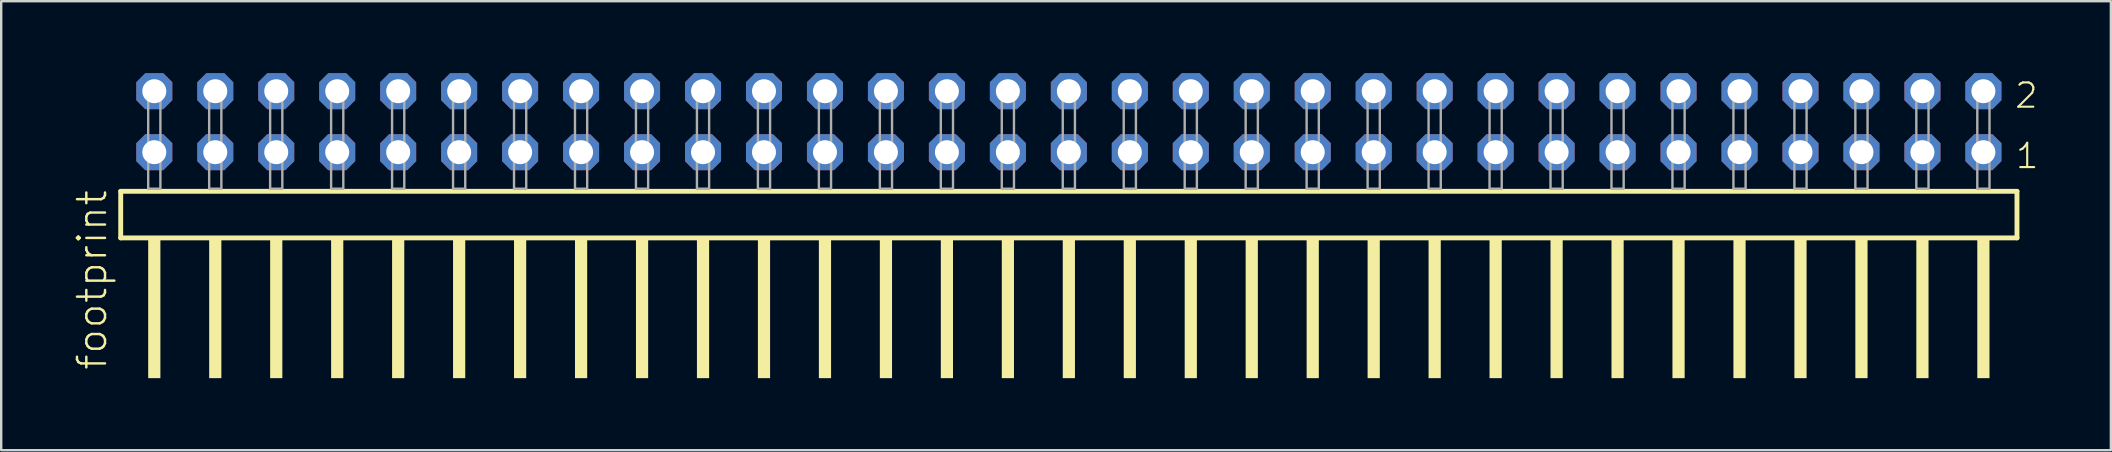
<source format=kicad_pcb>
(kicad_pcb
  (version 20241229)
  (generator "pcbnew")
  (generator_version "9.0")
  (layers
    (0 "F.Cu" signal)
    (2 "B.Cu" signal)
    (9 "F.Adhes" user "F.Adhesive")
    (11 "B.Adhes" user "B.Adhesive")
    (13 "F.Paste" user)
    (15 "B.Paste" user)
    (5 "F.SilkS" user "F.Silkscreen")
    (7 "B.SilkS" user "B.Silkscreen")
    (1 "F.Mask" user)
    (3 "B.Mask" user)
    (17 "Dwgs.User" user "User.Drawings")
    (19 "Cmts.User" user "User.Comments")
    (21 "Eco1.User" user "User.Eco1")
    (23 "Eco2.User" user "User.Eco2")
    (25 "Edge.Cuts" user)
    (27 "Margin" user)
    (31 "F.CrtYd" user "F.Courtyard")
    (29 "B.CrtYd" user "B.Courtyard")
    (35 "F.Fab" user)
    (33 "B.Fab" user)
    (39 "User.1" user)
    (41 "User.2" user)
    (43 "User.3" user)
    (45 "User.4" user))
  (footprint "footprint"
    (layer "F.Cu")
    (at 41.478 4.814)
    (property "Reference" "footprint" (at -40.005 7.62 90) (layer "F.SilkS") (effects (font (size 1.168 1.168) (thickness 0.102)) (justify left bottom)))
    (fp_line (start -39.499 0.106) (end -39.499 2.046) (stroke (width 0.203) (type solid)) (layer "F.SilkS"))
    (fp_line (start -39.499 2.046) (end 39.499 2.046) (stroke (width 0.203) (type solid)) (layer "F.SilkS"))
    (fp_line (start 39.499 0.106) (end -39.499 0.106) (stroke (width 0.203) (type solid)) (layer "F.SilkS"))
    (fp_line (start 39.499 2.046) (end 39.499 0.106) (stroke (width 0.203) (type solid)) (layer "F.SilkS"))
    (fp_poly (pts (xy -38.354 7.89) (xy -37.846 7.89) (xy -37.846 2.04) (xy -38.354 2.04)) (stroke (width 0) (type solid)) (fill yes) (layer "F.SilkS"))
    (fp_poly (pts (xy -35.814 7.89) (xy -35.306 7.89) (xy -35.306 2.04) (xy -35.814 2.04)) (stroke (width 0) (type solid)) (fill yes) (layer "F.SilkS"))
    (fp_poly (pts (xy -33.274 7.89) (xy -32.766 7.89) (xy -32.766 2.04) (xy -33.274 2.04)) (stroke (width 0) (type solid)) (fill yes) (layer "F.SilkS"))
    (fp_poly (pts (xy -30.734 7.89) (xy -30.226 7.89) (xy -30.226 2.04) (xy -30.734 2.04)) (stroke (width 0) (type solid)) (fill yes) (layer "F.SilkS"))
    (fp_poly (pts (xy -28.194 7.89) (xy -27.686 7.89) (xy -27.686 2.04) (xy -28.194 2.04)) (stroke (width 0) (type solid)) (fill yes) (layer "F.SilkS"))
    (fp_poly (pts (xy -25.654 7.89) (xy -25.146 7.89) (xy -25.146 2.04) (xy -25.654 2.04)) (stroke (width 0) (type solid)) (fill yes) (layer "F.SilkS"))
    (fp_poly (pts (xy -23.114 7.89) (xy -22.606 7.89) (xy -22.606 2.04) (xy -23.114 2.04)) (stroke (width 0) (type solid)) (fill yes) (layer "F.SilkS"))
    (fp_poly (pts (xy -20.574 7.89) (xy -20.066 7.89) (xy -20.066 2.04) (xy -20.574 2.04)) (stroke (width 0) (type solid)) (fill yes) (layer "F.SilkS"))
    (fp_poly (pts (xy -18.034 7.89) (xy -17.526 7.89) (xy -17.526 2.04) (xy -18.034 2.04)) (stroke (width 0) (type solid)) (fill yes) (layer "F.SilkS"))
    (fp_poly (pts (xy -15.494 7.89) (xy -14.986 7.89) (xy -14.986 2.04) (xy -15.494 2.04)) (stroke (width 0) (type solid)) (fill yes) (layer "F.SilkS"))
    (fp_poly (pts (xy -12.954 7.89) (xy -12.446 7.89) (xy -12.446 2.04) (xy -12.954 2.04)) (stroke (width 0) (type solid)) (fill yes) (layer "F.SilkS"))
    (fp_poly (pts (xy -10.414 7.89) (xy -9.906 7.89) (xy -9.906 2.04) (xy -10.414 2.04)) (stroke (width 0) (type solid)) (fill yes) (layer "F.SilkS"))
    (fp_poly (pts (xy -7.874 7.89) (xy -7.366 7.89) (xy -7.366 2.04) (xy -7.874 2.04)) (stroke (width 0) (type solid)) (fill yes) (layer "F.SilkS"))
    (fp_poly (pts (xy -5.334 7.89) (xy -4.826 7.89) (xy -4.826 2.04) (xy -5.334 2.04)) (stroke (width 0) (type solid)) (fill yes) (layer "F.SilkS"))
    (fp_poly (pts (xy -2.794 7.89) (xy -2.286 7.89) (xy -2.286 2.04) (xy -2.794 2.04)) (stroke (width 0) (type solid)) (fill yes) (layer "F.SilkS"))
    (fp_poly (pts (xy -0.254 7.89) (xy 0.254 7.89) (xy 0.254 2.04) (xy -0.254 2.04)) (stroke (width 0) (type solid)) (fill yes) (layer "F.SilkS"))
    (fp_poly (pts (xy 2.286 7.89) (xy 2.794 7.89) (xy 2.794 2.04) (xy 2.286 2.04)) (stroke (width 0) (type solid)) (fill yes) (layer "F.SilkS"))
    (fp_poly (pts (xy 4.826 7.89) (xy 5.334 7.89) (xy 5.334 2.04) (xy 4.826 2.04)) (stroke (width 0) (type solid)) (fill yes) (layer "F.SilkS"))
    (fp_poly (pts (xy 7.366 7.89) (xy 7.874 7.89) (xy 7.874 2.04) (xy 7.366 2.04)) (stroke (width 0) (type solid)) (fill yes) (layer "F.SilkS"))
    (fp_poly (pts (xy 9.906 7.89) (xy 10.414 7.89) (xy 10.414 2.04) (xy 9.906 2.04)) (stroke (width 0) (type solid)) (fill yes) (layer "F.SilkS"))
    (fp_poly (pts (xy 12.446 7.89) (xy 12.954 7.89) (xy 12.954 2.04) (xy 12.446 2.04)) (stroke (width 0) (type solid)) (fill yes) (layer "F.SilkS"))
    (fp_poly (pts (xy 14.986 7.89) (xy 15.494 7.89) (xy 15.494 2.04) (xy 14.986 2.04)) (stroke (width 0) (type solid)) (fill yes) (layer "F.SilkS"))
    (fp_poly (pts (xy 17.526 7.89) (xy 18.034 7.89) (xy 18.034 2.04) (xy 17.526 2.04)) (stroke (width 0) (type solid)) (fill yes) (layer "F.SilkS"))
    (fp_poly (pts (xy 20.066 7.89) (xy 20.574 7.89) (xy 20.574 2.04) (xy 20.066 2.04)) (stroke (width 0) (type solid)) (fill yes) (layer "F.SilkS"))
    (fp_poly (pts (xy 22.606 7.89) (xy 23.114 7.89) (xy 23.114 2.04) (xy 22.606 2.04)) (stroke (width 0) (type solid)) (fill yes) (layer "F.SilkS"))
    (fp_poly (pts (xy 25.146 7.89) (xy 25.654 7.89) (xy 25.654 2.04) (xy 25.146 2.04)) (stroke (width 0) (type solid)) (fill yes) (layer "F.SilkS"))
    (fp_poly (pts (xy 27.686 7.89) (xy 28.194 7.89) (xy 28.194 2.04) (xy 27.686 2.04)) (stroke (width 0) (type solid)) (fill yes) (layer "F.SilkS"))
    (fp_poly (pts (xy 30.226 7.89) (xy 30.734 7.89) (xy 30.734 2.04) (xy 30.226 2.04)) (stroke (width 0) (type solid)) (fill yes) (layer "F.SilkS"))
    (fp_poly (pts (xy 32.766 7.89) (xy 33.274 7.89) (xy 33.274 2.04) (xy 32.766 2.04)) (stroke (width 0) (type solid)) (fill yes) (layer "F.SilkS"))
    (fp_poly (pts (xy 35.306 7.89) (xy 35.814 7.89) (xy 35.814 2.04) (xy 35.306 2.04)) (stroke (width 0) (type solid)) (fill yes) (layer "F.SilkS"))
    (fp_poly (pts (xy 37.846 7.89) (xy 38.354 7.89) (xy 38.354 2.04) (xy 37.846 2.04)) (stroke (width 0) (type solid)) (fill yes) (layer "F.SilkS"))
    (fp_poly (pts (xy -38.354 0) (xy -37.846 0) (xy -37.846 -4.318) (xy -38.354 -4.318)) (stroke (width 0.1) (type solid)) (fill no) (layer "F.Fab"))
    (fp_poly (pts (xy -35.814 0) (xy -35.306 0) (xy -35.306 -4.318) (xy -35.814 -4.318)) (stroke (width 0.1) (type solid)) (fill no) (layer "F.Fab"))
    (fp_poly (pts (xy -33.274 0) (xy -32.766 0) (xy -32.766 -4.318) (xy -33.274 -4.318)) (stroke (width 0.1) (type solid)) (fill no) (layer "F.Fab"))
    (fp_poly (pts (xy -30.734 0) (xy -30.226 0) (xy -30.226 -4.318) (xy -30.734 -4.318)) (stroke (width 0.1) (type solid)) (fill no) (layer "F.Fab"))
    (fp_poly (pts (xy -28.194 0) (xy -27.686 0) (xy -27.686 -4.318) (xy -28.194 -4.318)) (stroke (width 0.1) (type solid)) (fill no) (layer "F.Fab"))
    (fp_poly (pts (xy -25.654 0) (xy -25.146 0) (xy -25.146 -4.318) (xy -25.654 -4.318)) (stroke (width 0.1) (type solid)) (fill no) (layer "F.Fab"))
    (fp_poly (pts (xy -23.114 0) (xy -22.606 0) (xy -22.606 -4.318) (xy -23.114 -4.318)) (stroke (width 0.1) (type solid)) (fill no) (layer "F.Fab"))
    (fp_poly (pts (xy -20.574 0) (xy -20.066 0) (xy -20.066 -4.318) (xy -20.574 -4.318)) (stroke (width 0.1) (type solid)) (fill no) (layer "F.Fab"))
    (fp_poly (pts (xy -18.034 0) (xy -17.526 0) (xy -17.526 -4.318) (xy -18.034 -4.318)) (stroke (width 0.1) (type solid)) (fill no) (layer "F.Fab"))
    (fp_poly (pts (xy -15.494 0) (xy -14.986 0) (xy -14.986 -4.318) (xy -15.494 -4.318)) (stroke (width 0.1) (type solid)) (fill no) (layer "F.Fab"))
    (fp_poly (pts (xy -12.954 0) (xy -12.446 0) (xy -12.446 -4.318) (xy -12.954 -4.318)) (stroke (width 0.1) (type solid)) (fill no) (layer "F.Fab"))
    (fp_poly (pts (xy -10.414 0) (xy -9.906 0) (xy -9.906 -4.318) (xy -10.414 -4.318)) (stroke (width 0.1) (type solid)) (fill no) (layer "F.Fab"))
    (fp_poly (pts (xy -7.874 0) (xy -7.366 0) (xy -7.366 -4.318) (xy -7.874 -4.318)) (stroke (width 0.1) (type solid)) (fill no) (layer "F.Fab"))
    (fp_poly (pts (xy -5.334 0) (xy -4.826 0) (xy -4.826 -4.318) (xy -5.334 -4.318)) (stroke (width 0.1) (type solid)) (fill no) (layer "F.Fab"))
    (fp_poly (pts (xy -2.794 0) (xy -2.286 0) (xy -2.286 -4.318) (xy -2.794 -4.318)) (stroke (width 0.1) (type solid)) (fill no) (layer "F.Fab"))
    (fp_poly (pts (xy -0.254 0) (xy 0.254 0) (xy 0.254 -4.318) (xy -0.254 -4.318)) (stroke (width 0.1) (type solid)) (fill no) (layer "F.Fab"))
    (fp_poly (pts (xy 2.286 0) (xy 2.794 0) (xy 2.794 -4.318) (xy 2.286 -4.318)) (stroke (width 0.1) (type solid)) (fill no) (layer "F.Fab"))
    (fp_poly (pts (xy 4.826 0) (xy 5.334 0) (xy 5.334 -4.318) (xy 4.826 -4.318)) (stroke (width 0.1) (type solid)) (fill no) (layer "F.Fab"))
    (fp_poly (pts (xy 7.366 0) (xy 7.874 0) (xy 7.874 -4.318) (xy 7.366 -4.318)) (stroke (width 0.1) (type solid)) (fill no) (layer "F.Fab"))
    (fp_poly (pts (xy 9.906 0) (xy 10.414 0) (xy 10.414 -4.318) (xy 9.906 -4.318)) (stroke (width 0.1) (type solid)) (fill no) (layer "F.Fab"))
    (fp_poly (pts (xy 12.446 0) (xy 12.954 0) (xy 12.954 -4.318) (xy 12.446 -4.318)) (stroke (width 0.1) (type solid)) (fill no) (layer "F.Fab"))
    (fp_poly (pts (xy 14.986 0) (xy 15.494 0) (xy 15.494 -4.318) (xy 14.986 -4.318)) (stroke (width 0.1) (type solid)) (fill no) (layer "F.Fab"))
    (fp_poly (pts (xy 17.526 0) (xy 18.034 0) (xy 18.034 -4.318) (xy 17.526 -4.318)) (stroke (width 0.1) (type solid)) (fill no) (layer "F.Fab"))
    (fp_poly (pts (xy 20.066 0) (xy 20.574 0) (xy 20.574 -4.318) (xy 20.066 -4.318)) (stroke (width 0.1) (type solid)) (fill no) (layer "F.Fab"))
    (fp_poly (pts (xy 22.606 0) (xy 23.114 0) (xy 23.114 -4.318) (xy 22.606 -4.318)) (stroke (width 0.1) (type solid)) (fill no) (layer "F.Fab"))
    (fp_poly (pts (xy 25.146 0) (xy 25.654 0) (xy 25.654 -4.318) (xy 25.146 -4.318)) (stroke (width 0.1) (type solid)) (fill no) (layer "F.Fab"))
    (fp_poly (pts (xy 27.686 0) (xy 28.194 0) (xy 28.194 -4.318) (xy 27.686 -4.318)) (stroke (width 0.1) (type solid)) (fill no) (layer "F.Fab"))
    (fp_poly (pts (xy 30.226 0) (xy 30.734 0) (xy 30.734 -4.318) (xy 30.226 -4.318)) (stroke (width 0.1) (type solid)) (fill no) (layer "F.Fab"))
    (fp_poly (pts (xy 32.766 0) (xy 33.274 0) (xy 33.274 -4.318) (xy 32.766 -4.318)) (stroke (width 0.1) (type solid)) (fill no) (layer "F.Fab"))
    (fp_poly (pts (xy 35.306 0) (xy 35.814 0) (xy 35.814 -4.318) (xy 35.306 -4.318)) (stroke (width 0.1) (type solid)) (fill no) (layer "F.Fab"))
    (fp_poly (pts (xy 37.846 0) (xy 38.354 0) (xy 38.354 -4.318) (xy 37.846 -4.318)) (stroke (width 0.1) (type solid)) (fill no) (layer "F.Fab"))
    (fp_text user "1" (at 39.385 -0.775 0) (layer "F.SilkS") (effects (font (size 1.012 1.012) (thickness 0.088)) (justify left bottom)))
    (fp_text user "2" (at 39.35 -3.29 0) (layer "F.SilkS") (effects (font (size 1.012 1.012) (thickness 0.088)) (justify left bottom)))
    (pad "1" thru_hole roundrect (at 38.1 -1.524 180) (size 1.5 1.5) (drill 1) (layers "*.Cu" "*.Mask") (roundrect_rratio 0.25) (chamfer_ratio 0.25) (chamfer top_left top_right bottom_left bottom_right))
    (pad "2" thru_hole roundrect (at 38.1 -4.064 180) (size 1.5 1.5) (drill 1) (layers "*.Cu" "*.Mask") (roundrect_rratio 0.25) (chamfer_ratio 0.25) (chamfer top_left top_right bottom_left bottom_right))
    (pad "3" thru_hole roundrect (at 35.56 -1.524 180) (size 1.5 1.5) (drill 1) (layers "*.Cu" "*.Mask") (roundrect_rratio 0.25) (chamfer_ratio 0.25) (chamfer top_left top_right bottom_left bottom_right))
    (pad "4" thru_hole roundrect (at 35.56 -4.064 180) (size 1.5 1.5) (drill 1) (layers "*.Cu" "*.Mask") (roundrect_rratio 0.25) (chamfer_ratio 0.25) (chamfer top_left top_right bottom_left bottom_right))
    (pad "5" thru_hole roundrect (at 33.02 -1.524 180) (size 1.5 1.5) (drill 1) (layers "*.Cu" "*.Mask") (roundrect_rratio 0.25) (chamfer_ratio 0.25) (chamfer top_left top_right bottom_left bottom_right))
    (pad "6" thru_hole roundrect (at 33.02 -4.064 180) (size 1.5 1.5) (drill 1) (layers "*.Cu" "*.Mask") (roundrect_rratio 0.25) (chamfer_ratio 0.25) (chamfer top_left top_right bottom_left bottom_right))
    (pad "7" thru_hole roundrect (at 30.48 -1.524 180) (size 1.5 1.5) (drill 1) (layers "*.Cu" "*.Mask") (roundrect_rratio 0.25) (chamfer_ratio 0.25) (chamfer top_left top_right bottom_left bottom_right))
    (pad "8" thru_hole roundrect (at 30.48 -4.064 180) (size 1.5 1.5) (drill 1) (layers "*.Cu" "*.Mask") (roundrect_rratio 0.25) (chamfer_ratio 0.25) (chamfer top_left top_right bottom_left bottom_right))
    (pad "9" thru_hole roundrect (at 27.94 -1.524 180) (size 1.5 1.5) (drill 1) (layers "*.Cu" "*.Mask") (roundrect_rratio 0.25) (chamfer_ratio 0.25) (chamfer top_left top_right bottom_left bottom_right))
    (pad "10" thru_hole roundrect (at 27.94 -4.064 180) (size 1.5 1.5) (drill 1) (layers "*.Cu" "*.Mask") (roundrect_rratio 0.25) (chamfer_ratio 0.25) (chamfer top_left top_right bottom_left bottom_right))
    (pad "11" thru_hole roundrect (at 25.4 -1.524 180) (size 1.5 1.5) (drill 1) (layers "*.Cu" "*.Mask") (roundrect_rratio 0.25) (chamfer_ratio 0.25) (chamfer top_left top_right bottom_left bottom_right))
    (pad "12" thru_hole roundrect (at 25.4 -4.064 180) (size 1.5 1.5) (drill 1) (layers "*.Cu" "*.Mask") (roundrect_rratio 0.25) (chamfer_ratio 0.25) (chamfer top_left top_right bottom_left bottom_right))
    (pad "13" thru_hole roundrect (at 22.86 -1.524 180) (size 1.5 1.5) (drill 1) (layers "*.Cu" "*.Mask") (roundrect_rratio 0.25) (chamfer_ratio 0.25) (chamfer top_left top_right bottom_left bottom_right))
    (pad "14" thru_hole roundrect (at 22.86 -4.064 180) (size 1.5 1.5) (drill 1) (layers "*.Cu" "*.Mask") (roundrect_rratio 0.25) (chamfer_ratio 0.25) (chamfer top_left top_right bottom_left bottom_right))
    (pad "15" thru_hole roundrect (at 20.32 -1.524 180) (size 1.5 1.5) (drill 1) (layers "*.Cu" "*.Mask") (roundrect_rratio 0.25) (chamfer_ratio 0.25) (chamfer top_left top_right bottom_left bottom_right))
    (pad "16" thru_hole roundrect (at 20.32 -4.064 180) (size 1.5 1.5) (drill 1) (layers "*.Cu" "*.Mask") (roundrect_rratio 0.25) (chamfer_ratio 0.25) (chamfer top_left top_right bottom_left bottom_right))
    (pad "17" thru_hole roundrect (at 17.78 -1.524 180) (size 1.5 1.5) (drill 1) (layers "*.Cu" "*.Mask") (roundrect_rratio 0.25) (chamfer_ratio 0.25) (chamfer top_left top_right bottom_left bottom_right))
    (pad "18" thru_hole roundrect (at 17.78 -4.064 180) (size 1.5 1.5) (drill 1) (layers "*.Cu" "*.Mask") (roundrect_rratio 0.25) (chamfer_ratio 0.25) (chamfer top_left top_right bottom_left bottom_right))
    (pad "19" thru_hole roundrect (at 15.24 -1.524 180) (size 1.5 1.5) (drill 1) (layers "*.Cu" "*.Mask") (roundrect_rratio 0.25) (chamfer_ratio 0.25) (chamfer top_left top_right bottom_left bottom_right))
    (pad "20" thru_hole roundrect (at 15.24 -4.064 180) (size 1.5 1.5) (drill 1) (layers "*.Cu" "*.Mask") (roundrect_rratio 0.25) (chamfer_ratio 0.25) (chamfer top_left top_right bottom_left bottom_right))
    (pad "21" thru_hole roundrect (at 12.7 -1.524 180) (size 1.5 1.5) (drill 1) (layers "*.Cu" "*.Mask") (roundrect_rratio 0.25) (chamfer_ratio 0.25) (chamfer top_left top_right bottom_left bottom_right))
    (pad "22" thru_hole roundrect (at 12.7 -4.064 180) (size 1.5 1.5) (drill 1) (layers "*.Cu" "*.Mask") (roundrect_rratio 0.25) (chamfer_ratio 0.25) (chamfer top_left top_right bottom_left bottom_right))
    (pad "23" thru_hole roundrect (at 10.16 -1.524 180) (size 1.5 1.5) (drill 1) (layers "*.Cu" "*.Mask") (roundrect_rratio 0.25) (chamfer_ratio 0.25) (chamfer top_left top_right bottom_left bottom_right))
    (pad "24" thru_hole roundrect (at 10.16 -4.064 180) (size 1.5 1.5) (drill 1) (layers "*.Cu" "*.Mask") (roundrect_rratio 0.25) (chamfer_ratio 0.25) (chamfer top_left top_right bottom_left bottom_right))
    (pad "25" thru_hole roundrect (at 7.62 -1.524 180) (size 1.5 1.5) (drill 1) (layers "*.Cu" "*.Mask") (roundrect_rratio 0.25) (chamfer_ratio 0.25) (chamfer top_left top_right bottom_left bottom_right))
    (pad "26" thru_hole roundrect (at 7.62 -4.064 180) (size 1.5 1.5) (drill 1) (layers "*.Cu" "*.Mask") (roundrect_rratio 0.25) (chamfer_ratio 0.25) (chamfer top_left top_right bottom_left bottom_right))
    (pad "27" thru_hole roundrect (at 5.08 -1.524 180) (size 1.5 1.5) (drill 1) (layers "*.Cu" "*.Mask") (roundrect_rratio 0.25) (chamfer_ratio 0.25) (chamfer top_left top_right bottom_left bottom_right))
    (pad "28" thru_hole roundrect (at 5.08 -4.064 180) (size 1.5 1.5) (drill 1) (layers "*.Cu" "*.Mask") (roundrect_rratio 0.25) (chamfer_ratio 0.25) (chamfer top_left top_right bottom_left bottom_right))
    (pad "29" thru_hole roundrect (at 2.54 -1.524 180) (size 1.5 1.5) (drill 1) (layers "*.Cu" "*.Mask") (roundrect_rratio 0.25) (chamfer_ratio 0.25) (chamfer top_left top_right bottom_left bottom_right))
    (pad "30" thru_hole roundrect (at 2.54 -4.064 180) (size 1.5 1.5) (drill 1) (layers "*.Cu" "*.Mask") (roundrect_rratio 0.25) (chamfer_ratio 0.25) (chamfer top_left top_right bottom_left bottom_right))
    (pad "31" thru_hole roundrect (at 0 -1.524 180) (size 1.5 1.5) (drill 1) (layers "*.Cu" "*.Mask") (roundrect_rratio 0.25) (chamfer_ratio 0.25) (chamfer top_left top_right bottom_left bottom_right))
    (pad "32" thru_hole roundrect (at 0 -4.064 180) (size 1.5 1.5) (drill 1) (layers "*.Cu" "*.Mask") (roundrect_rratio 0.25) (chamfer_ratio 0.25) (chamfer top_left top_right bottom_left bottom_right))
    (pad "33" thru_hole roundrect (at -2.54 -1.524 180) (size 1.5 1.5) (drill 1) (layers "*.Cu" "*.Mask") (roundrect_rratio 0.25) (chamfer_ratio 0.25) (chamfer top_left top_right bottom_left bottom_right))
    (pad "34" thru_hole roundrect (at -2.54 -4.064 180) (size 1.5 1.5) (drill 1) (layers "*.Cu" "*.Mask") (roundrect_rratio 0.25) (chamfer_ratio 0.25) (chamfer top_left top_right bottom_left bottom_right))
    (pad "35" thru_hole roundrect (at -5.08 -1.524 180) (size 1.5 1.5) (drill 1) (layers "*.Cu" "*.Mask") (roundrect_rratio 0.25) (chamfer_ratio 0.25) (chamfer top_left top_right bottom_left bottom_right))
    (pad "36" thru_hole roundrect (at -5.08 -4.064 180) (size 1.5 1.5) (drill 1) (layers "*.Cu" "*.Mask") (roundrect_rratio 0.25) (chamfer_ratio 0.25) (chamfer top_left top_right bottom_left bottom_right))
    (pad "37" thru_hole roundrect (at -7.62 -1.524 180) (size 1.5 1.5) (drill 1) (layers "*.Cu" "*.Mask") (roundrect_rratio 0.25) (chamfer_ratio 0.25) (chamfer top_left top_right bottom_left bottom_right))
    (pad "38" thru_hole roundrect (at -7.62 -4.064 180) (size 1.5 1.5) (drill 1) (layers "*.Cu" "*.Mask") (roundrect_rratio 0.25) (chamfer_ratio 0.25) (chamfer top_left top_right bottom_left bottom_right))
    (pad "39" thru_hole roundrect (at -10.16 -1.524 180) (size 1.5 1.5) (drill 1) (layers "*.Cu" "*.Mask") (roundrect_rratio 0.25) (chamfer_ratio 0.25) (chamfer top_left top_right bottom_left bottom_right))
    (pad "40" thru_hole roundrect (at -10.16 -4.064 180) (size 1.5 1.5) (drill 1) (layers "*.Cu" "*.Mask") (roundrect_rratio 0.25) (chamfer_ratio 0.25) (chamfer top_left top_right bottom_left bottom_right))
    (pad "41" thru_hole roundrect (at -12.7 -1.524 180) (size 1.5 1.5) (drill 1) (layers "*.Cu" "*.Mask") (roundrect_rratio 0.25) (chamfer_ratio 0.25) (chamfer top_left top_right bottom_left bottom_right))
    (pad "42" thru_hole roundrect (at -12.7 -4.064 180) (size 1.5 1.5) (drill 1) (layers "*.Cu" "*.Mask") (roundrect_rratio 0.25) (chamfer_ratio 0.25) (chamfer top_left top_right bottom_left bottom_right))
    (pad "43" thru_hole roundrect (at -15.24 -1.524 180) (size 1.5 1.5) (drill 1) (layers "*.Cu" "*.Mask") (roundrect_rratio 0.25) (chamfer_ratio 0.25) (chamfer top_left top_right bottom_left bottom_right))
    (pad "44" thru_hole roundrect (at -15.24 -4.064 180) (size 1.5 1.5) (drill 1) (layers "*.Cu" "*.Mask") (roundrect_rratio 0.25) (chamfer_ratio 0.25) (chamfer top_left top_right bottom_left bottom_right))
    (pad "45" thru_hole roundrect (at -17.78 -1.524 180) (size 1.5 1.5) (drill 1) (layers "*.Cu" "*.Mask") (roundrect_rratio 0.25) (chamfer_ratio 0.25) (chamfer top_left top_right bottom_left bottom_right))
    (pad "46" thru_hole roundrect (at -17.78 -4.064 180) (size 1.5 1.5) (drill 1) (layers "*.Cu" "*.Mask") (roundrect_rratio 0.25) (chamfer_ratio 0.25) (chamfer top_left top_right bottom_left bottom_right))
    (pad "47" thru_hole roundrect (at -20.32 -1.524 180) (size 1.5 1.5) (drill 1) (layers "*.Cu" "*.Mask") (roundrect_rratio 0.25) (chamfer_ratio 0.25) (chamfer top_left top_right bottom_left bottom_right))
    (pad "48" thru_hole roundrect (at -20.32 -4.064 180) (size 1.5 1.5) (drill 1) (layers "*.Cu" "*.Mask") (roundrect_rratio 0.25) (chamfer_ratio 0.25) (chamfer top_left top_right bottom_left bottom_right))
    (pad "49" thru_hole roundrect (at -22.86 -1.524 180) (size 1.5 1.5) (drill 1) (layers "*.Cu" "*.Mask") (roundrect_rratio 0.25) (chamfer_ratio 0.25) (chamfer top_left top_right bottom_left bottom_right))
    (pad "50" thru_hole roundrect (at -22.86 -4.064 180) (size 1.5 1.5) (drill 1) (layers "*.Cu" "*.Mask") (roundrect_rratio 0.25) (chamfer_ratio 0.25) (chamfer top_left top_right bottom_left bottom_right))
    (pad "51" thru_hole roundrect (at -25.4 -1.524 180) (size 1.5 1.5) (drill 1) (layers "*.Cu" "*.Mask") (roundrect_rratio 0.25) (chamfer_ratio 0.25) (chamfer top_left top_right bottom_left bottom_right))
    (pad "52" thru_hole roundrect (at -25.4 -4.064 180) (size 1.5 1.5) (drill 1) (layers "*.Cu" "*.Mask") (roundrect_rratio 0.25) (chamfer_ratio 0.25) (chamfer top_left top_right bottom_left bottom_right))
    (pad "53" thru_hole roundrect (at -27.94 -1.524 180) (size 1.5 1.5) (drill 1) (layers "*.Cu" "*.Mask") (roundrect_rratio 0.25) (chamfer_ratio 0.25) (chamfer top_left top_right bottom_left bottom_right))
    (pad "54" thru_hole roundrect (at -27.94 -4.064 180) (size 1.5 1.5) (drill 1) (layers "*.Cu" "*.Mask") (roundrect_rratio 0.25) (chamfer_ratio 0.25) (chamfer top_left top_right bottom_left bottom_right))
    (pad "55" thru_hole roundrect (at -30.48 -1.524 180) (size 1.5 1.5) (drill 1) (layers "*.Cu" "*.Mask") (roundrect_rratio 0.25) (chamfer_ratio 0.25) (chamfer top_left top_right bottom_left bottom_right))
    (pad "56" thru_hole roundrect (at -30.48 -4.064 180) (size 1.5 1.5) (drill 1) (layers "*.Cu" "*.Mask") (roundrect_rratio 0.25) (chamfer_ratio 0.25) (chamfer top_left top_right bottom_left bottom_right))
    (pad "57" thru_hole roundrect (at -33.02 -1.524 180) (size 1.5 1.5) (drill 1) (layers "*.Cu" "*.Mask") (roundrect_rratio 0.25) (chamfer_ratio 0.25) (chamfer top_left top_right bottom_left bottom_right))
    (pad "58" thru_hole roundrect (at -33.02 -4.064 180) (size 1.5 1.5) (drill 1) (layers "*.Cu" "*.Mask") (roundrect_rratio 0.25) (chamfer_ratio 0.25) (chamfer top_left top_right bottom_left bottom_right))
    (pad "59" thru_hole roundrect (at -35.56 -1.524 180) (size 1.5 1.5) (drill 1) (layers "*.Cu" "*.Mask") (roundrect_rratio 0.25) (chamfer_ratio 0.25) (chamfer top_left top_right bottom_left bottom_right))
    (pad "60" thru_hole roundrect (at -35.56 -4.064 180) (size 1.5 1.5) (drill 1) (layers "*.Cu" "*.Mask") (roundrect_rratio 0.25) (chamfer_ratio 0.25) (chamfer top_left top_right bottom_left bottom_right))
    (pad "61" thru_hole roundrect (at -38.1 -1.524 180) (size 1.5 1.5) (drill 1) (layers "*.Cu" "*.Mask") (roundrect_rratio 0.25) (chamfer_ratio 0.25) (chamfer top_left top_right bottom_left bottom_right))
    (pad "62" thru_hole roundrect (at -38.1 -4.064 180) (size 1.5 1.5) (drill 1) (layers "*.Cu" "*.Mask") (roundrect_rratio 0.25) (chamfer_ratio 0.25) (chamfer top_left top_right bottom_left bottom_right)))
  (gr_rect
    (start -3 -3)
    (end 84.889 15.704)
    (stroke (width 0.1) (type default))
    (fill no)
    (layer "Edge.Cuts")))
</source>
